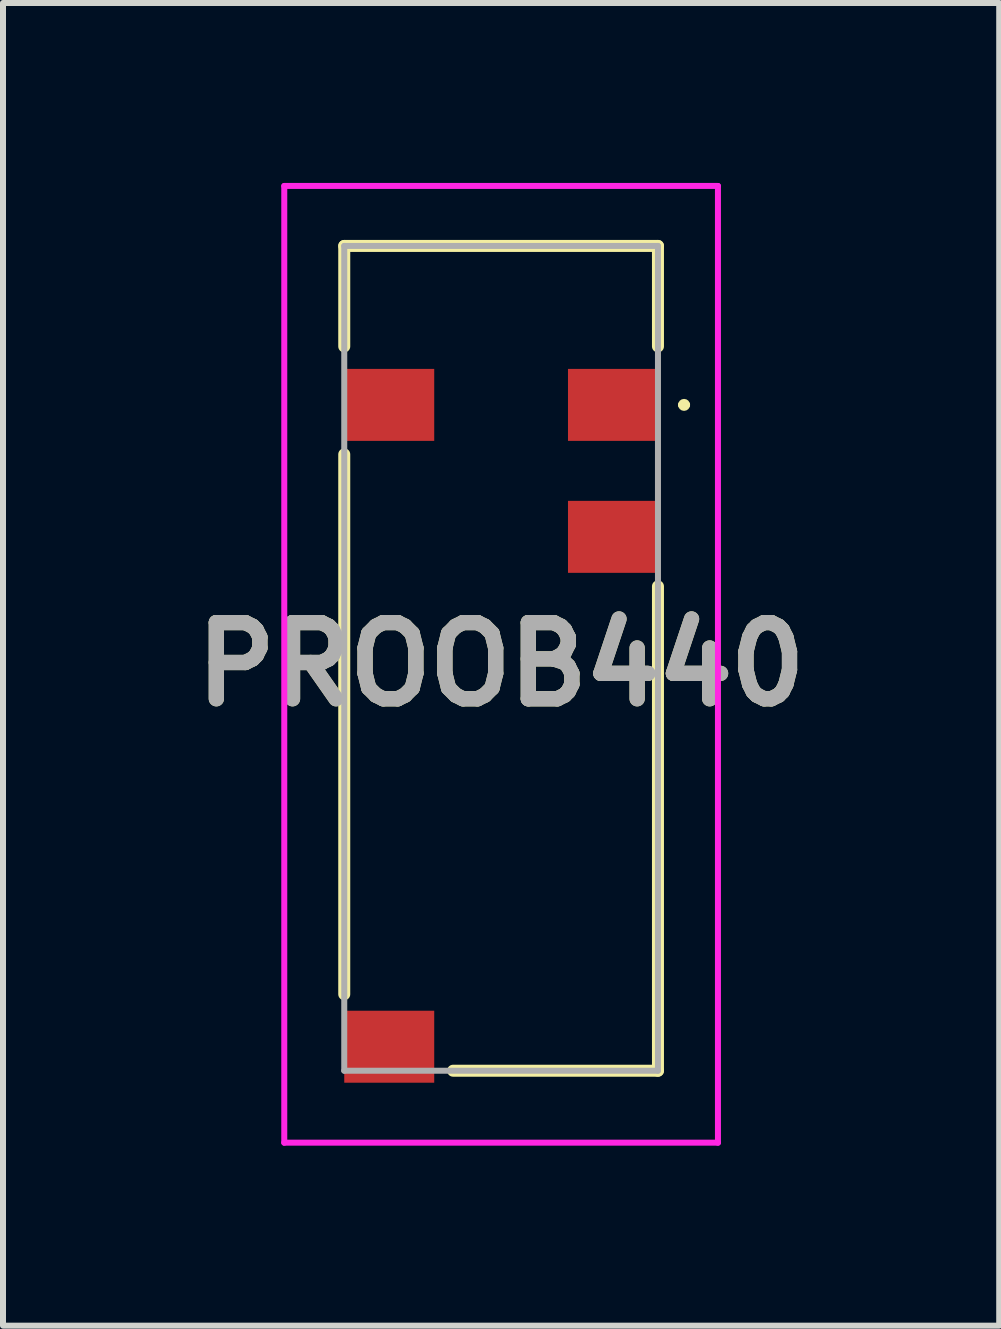
<source format=kicad_pcb>
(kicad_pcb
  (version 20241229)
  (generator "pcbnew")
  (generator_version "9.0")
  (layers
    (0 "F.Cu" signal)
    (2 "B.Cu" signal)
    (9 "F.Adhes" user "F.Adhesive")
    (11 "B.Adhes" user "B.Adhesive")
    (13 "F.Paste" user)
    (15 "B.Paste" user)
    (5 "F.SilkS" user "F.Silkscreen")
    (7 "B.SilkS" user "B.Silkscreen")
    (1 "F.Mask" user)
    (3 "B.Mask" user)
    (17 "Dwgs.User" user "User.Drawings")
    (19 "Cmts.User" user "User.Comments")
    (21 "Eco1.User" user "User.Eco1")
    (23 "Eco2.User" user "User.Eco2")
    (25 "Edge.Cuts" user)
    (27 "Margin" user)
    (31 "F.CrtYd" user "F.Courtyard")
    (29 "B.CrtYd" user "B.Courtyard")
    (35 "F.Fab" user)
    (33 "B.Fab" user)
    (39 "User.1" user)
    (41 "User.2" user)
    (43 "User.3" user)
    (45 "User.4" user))
  (footprint "PROOB440"
    (layer "F.Cu")
    (at 5.304 7.925)
    (property "Reference" "PROOB440" (at 0 0.1 0) (layer "F.SilkS") (effects (font (size 1.27 1.27) (thickness 0.254))))
    (attr smd)
    (fp_line (start -2.615 -6.875) (end -2.615 -5.2) (stroke (width 0.2) (type solid)) (layer "F.SilkS"))
    (fp_line (start -2.615 -3.4) (end -2.615 5.6) (stroke (width 0.2) (type solid)) (layer "F.SilkS"))
    (fp_line (start -0.8 6.875) (end 2.615 6.875) (stroke (width 0.2) (type solid)) (layer "F.SilkS"))
    (fp_line (start 2.615 -6.875) (end -2.615 -6.875) (stroke (width 0.2) (type solid)) (layer "F.SilkS"))
    (fp_line (start 2.615 -5.2) (end 2.615 -6.875) (stroke (width 0.2) (type solid)) (layer "F.SilkS"))
    (fp_line (start 2.615 6.875) (end 2.615 -1.2) (stroke (width 0.2) (type solid)) (layer "F.SilkS"))
    (fp_line (start 3 -4.225) (end 3 -4.225) (stroke (width 0.1) (type solid)) (layer "F.SilkS"))
    (fp_line (start 3.1 -4.225) (end 3.1 -4.225) (stroke (width 0.1) (type solid)) (layer "F.SilkS"))
    (fp_arc (start 3 -4.225) (mid 3.05 -4.275) (end 3.1 -4.225) (stroke (width 0.1) (type solid)) (layer "F.SilkS"))
    (fp_arc (start 3.1 -4.225) (mid 3.05 -4.175) (end 3 -4.225) (stroke (width 0.1) (type solid)) (layer "F.SilkS"))
    (fp_line (start -3.615 -7.875) (end 3.615 -7.875) (stroke (width 0.1) (type solid)) (layer "F.CrtYd"))
    (fp_line (start -3.615 8.075) (end -3.615 -7.875) (stroke (width 0.1) (type solid)) (layer "F.CrtYd"))
    (fp_line (start 3.615 -7.875) (end 3.615 8.075) (stroke (width 0.1) (type solid)) (layer "F.CrtYd"))
    (fp_line (start 3.615 8.075) (end -3.615 8.075) (stroke (width 0.1) (type solid)) (layer "F.CrtYd"))
    (fp_line (start -2.615 -6.875) (end 2.615 -6.875) (stroke (width 0.1) (type solid)) (layer "F.Fab"))
    (fp_line (start -2.615 6.875) (end -2.615 -6.875) (stroke (width 0.1) (type solid)) (layer "F.Fab"))
    (fp_line (start 2.615 -6.875) (end 2.615 6.875) (stroke (width 0.1) (type solid)) (layer "F.Fab"))
    (fp_line (start 2.615 6.875) (end -2.615 6.875) (stroke (width 0.1) (type solid)) (layer "F.Fab"))
    (fp_text user "${REFERENCE}" (at 0 0.1 0) (layer "F.Fab") (effects (font (size 1.27 1.27) (thickness 0.254))))
    (pad "1" smd rect (at 1.865 -4.225 90) (size 1.2 1.5) (layers "F.Cu" "F.Mask" "F.Paste"))
    (pad "2" smd rect (at 1.865 -2.025 90) (size 1.2 1.5) (layers "F.Cu" "F.Mask" "F.Paste"))
    (pad "3" smd rect (at -1.865 -4.225 90) (size 1.2 1.5) (layers "F.Cu" "F.Mask" "F.Paste"))
    (pad "4" smd rect (at -1.865 6.475 90) (size 1.2 1.5) (layers "F.Cu" "F.Mask" "F.Paste")))
  (gr_rect
    (start -3 -3)
    (end 13.608 19.05)
    (stroke (width 0.1) (type default))
    (fill no)
    (layer "Edge.Cuts")))
</source>
